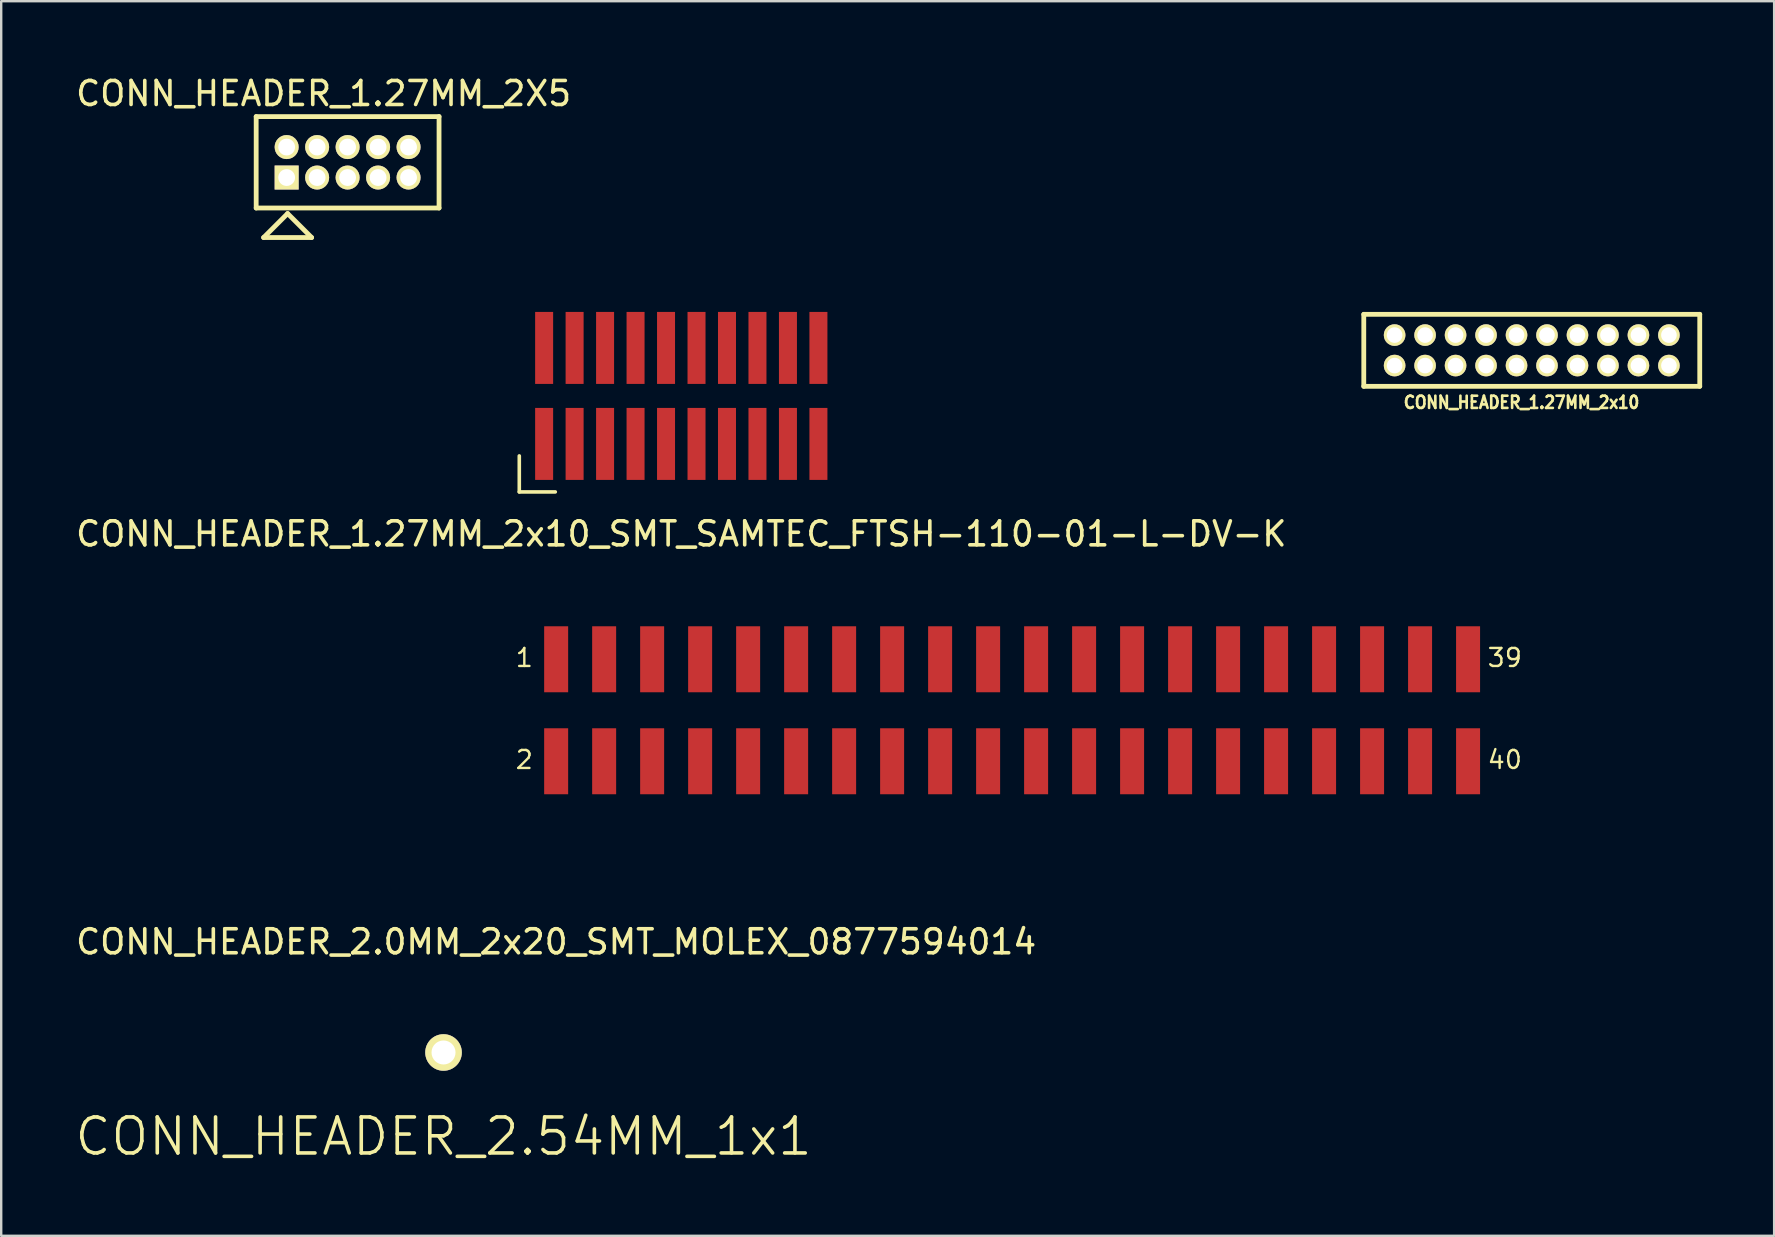
<source format=kicad_pcb>
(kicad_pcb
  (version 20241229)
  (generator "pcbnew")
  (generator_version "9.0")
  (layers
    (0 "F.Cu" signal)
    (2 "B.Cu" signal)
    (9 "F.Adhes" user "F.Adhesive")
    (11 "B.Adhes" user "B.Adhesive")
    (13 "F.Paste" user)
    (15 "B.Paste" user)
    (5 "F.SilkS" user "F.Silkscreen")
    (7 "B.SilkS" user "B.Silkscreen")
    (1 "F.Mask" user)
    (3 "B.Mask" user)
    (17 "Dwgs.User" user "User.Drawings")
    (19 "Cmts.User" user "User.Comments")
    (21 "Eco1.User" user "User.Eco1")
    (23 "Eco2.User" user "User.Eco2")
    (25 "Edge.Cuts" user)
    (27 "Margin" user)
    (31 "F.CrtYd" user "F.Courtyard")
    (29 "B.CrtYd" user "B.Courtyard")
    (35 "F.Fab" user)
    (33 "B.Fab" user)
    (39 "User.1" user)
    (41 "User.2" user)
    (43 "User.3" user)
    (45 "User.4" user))
  (footprint "CONN_HEADER_2.0MM_2x20_SMT_MOLEX_0877594014"
    (layer "F.Cu")
    (at 39.125 26.547)
    (property "Reference" "CONN_HEADER_2.0MM_2x20_SMT_MOLEX_0877594014" (at -19 9.65 0) (unlocked yes) (layer "F.SilkS") (effects (font (size 1 1) (thickness 0.15))))
    (attr smd)
    (fp_text user "1" (at -20.75 -1.75 0) (unlocked yes) (layer "F.SilkS") (effects (font (size 0.75 0.75) (thickness 0.1)) (justify left bottom)))
    (fp_text user "40" (at 19.75 2.5 0) (unlocked yes) (layer "F.SilkS") (effects (font (size 0.75 0.75) (thickness 0.1)) (justify left bottom)))
    (fp_text user "2" (at -20.75 2.5 0) (unlocked yes) (layer "F.SilkS") (effects (font (size 0.75 0.75) (thickness 0.1)) (justify left bottom)))
    (fp_text user "39" (at 19.75 -1.75 0) (unlocked yes) (layer "F.SilkS") (effects (font (size 0.75 0.75) (thickness 0.1)) (justify left bottom)))
    (pad "1" smd rect (at -19 -2.125) (size 1 2.75) (layers "F.Cu" "F.Mask" "F.Paste"))
    (pad "2" smd rect (at -19 2.125) (size 1 2.75) (layers "F.Cu" "F.Mask" "F.Paste"))
    (pad "3" smd rect (at -17 -2.125) (size 1 2.75) (layers "F.Cu" "F.Mask" "F.Paste"))
    (pad "4" smd rect (at -17 2.125) (size 1 2.75) (layers "F.Cu" "F.Mask" "F.Paste"))
    (pad "5" smd rect (at -15 -2.125) (size 1 2.75) (layers "F.Cu" "F.Mask" "F.Paste"))
    (pad "6" smd rect (at -15 2.125) (size 1 2.75) (layers "F.Cu" "F.Mask" "F.Paste"))
    (pad "7" smd rect (at -13 -2.125) (size 1 2.75) (layers "F.Cu" "F.Mask" "F.Paste"))
    (pad "8" smd rect (at -13 2.125) (size 1 2.75) (layers "F.Cu" "F.Mask" "F.Paste"))
    (pad "9" smd rect (at -11 -2.125) (size 1 2.75) (layers "F.Cu" "F.Mask" "F.Paste"))
    (pad "10" smd rect (at -11 2.125) (size 1 2.75) (layers "F.Cu" "F.Mask" "F.Paste"))
    (pad "11" smd rect (at -9 -2.125) (size 1 2.75) (layers "F.Cu" "F.Mask" "F.Paste"))
    (pad "12" smd rect (at -9 2.125) (size 1 2.75) (layers "F.Cu" "F.Mask" "F.Paste"))
    (pad "13" smd rect (at -7 -2.125) (size 1 2.75) (layers "F.Cu" "F.Mask" "F.Paste"))
    (pad "14" smd rect (at -7 2.125) (size 1 2.75) (layers "F.Cu" "F.Mask" "F.Paste"))
    (pad "15" smd rect (at -5 -2.125) (size 1 2.75) (layers "F.Cu" "F.Mask" "F.Paste"))
    (pad "16" smd rect (at -5 2.125) (size 1 2.75) (layers "F.Cu" "F.Mask" "F.Paste"))
    (pad "17" smd rect (at -3 -2.125) (size 1 2.75) (layers "F.Cu" "F.Mask" "F.Paste"))
    (pad "18" smd rect (at -3 2.125) (size 1 2.75) (layers "F.Cu" "F.Mask" "F.Paste"))
    (pad "19" smd rect (at -1 -2.125) (size 1 2.75) (layers "F.Cu" "F.Mask" "F.Paste"))
    (pad "20" smd rect (at -1 2.125) (size 1 2.75) (layers "F.Cu" "F.Mask" "F.Paste"))
    (pad "21" smd rect (at 1 -2.125) (size 1 2.75) (layers "F.Cu" "F.Mask" "F.Paste"))
    (pad "22" smd rect (at 1 2.125) (size 1 2.75) (layers "F.Cu" "F.Mask" "F.Paste"))
    (pad "23" smd rect (at 3 -2.125) (size 1 2.75) (layers "F.Cu" "F.Mask" "F.Paste"))
    (pad "24" smd rect (at 3 2.125) (size 1 2.75) (layers "F.Cu" "F.Mask" "F.Paste"))
    (pad "25" smd rect (at 5 -2.125) (size 1 2.75) (layers "F.Cu" "F.Mask" "F.Paste"))
    (pad "26" smd rect (at 5 2.125) (size 1 2.75) (layers "F.Cu" "F.Mask" "F.Paste"))
    (pad "27" smd rect (at 7 -2.125) (size 1 2.75) (layers "F.Cu" "F.Mask" "F.Paste"))
    (pad "28" smd rect (at 7 2.125) (size 1 2.75) (layers "F.Cu" "F.Mask" "F.Paste"))
    (pad "29" smd rect (at 9 -2.125) (size 1 2.75) (layers "F.Cu" "F.Mask" "F.Paste"))
    (pad "30" smd rect (at 9 2.125) (size 1 2.75) (layers "F.Cu" "F.Mask" "F.Paste"))
    (pad "31" smd rect (at 11 -2.125) (size 1 2.75) (layers "F.Cu" "F.Mask" "F.Paste"))
    (pad "32" smd rect (at 11 2.125) (size 1 2.75) (layers "F.Cu" "F.Mask" "F.Paste"))
    (pad "33" smd rect (at 13 -2.125) (size 1 2.75) (layers "F.Cu" "F.Mask" "F.Paste"))
    (pad "34" smd rect (at 13 2.125) (size 1 2.75) (layers "F.Cu" "F.Mask" "F.Paste"))
    (pad "35" smd rect (at 15 -2.125) (size 1 2.75) (layers "F.Cu" "F.Mask" "F.Paste"))
    (pad "36" smd rect (at 15 2.125) (size 1 2.75) (layers "F.Cu" "F.Mask" "F.Paste"))
    (pad "37" smd rect (at 17 -2.125) (size 1 2.75) (layers "F.Cu" "F.Mask" "F.Paste"))
    (pad "38" smd rect (at 17 2.125) (size 1 2.75) (layers "F.Cu" "F.Mask" "F.Paste"))
    (pad "39" smd rect (at 19 -2.125) (size 1 2.75) (layers "F.Cu" "F.Mask" "F.Paste"))
    (pad "40" smd rect (at 19 2.125) (size 1 2.75) (layers "F.Cu" "F.Mask" "F.Paste")))
  (footprint "CONN_HEADER_1.27MM_2X5"
    (layer "F.Cu")
    (at 11.435 3.713)
    (property "Reference" "CONN_HEADER_1.27MM_2X5" (at -1 -2.865 0) (layer "F.SilkS") (effects (font (size 1 1) (thickness 0.15))))
    (attr through_hole)
    (fp_line (start -3.81 -1.905) (end -3.81 1.905) (stroke (width 0.2) (type solid)) (layer "F.SilkS"))
    (fp_line (start -3.81 1.905) (end 3.81 1.905) (stroke (width 0.2) (type solid)) (layer "F.SilkS"))
    (fp_line (start -3.5 3.135) (end -1.5 3.135) (stroke (width 0.2) (type solid)) (layer "F.SilkS"))
    (fp_line (start -2.5 2.135) (end -3.5 3.135) (stroke (width 0.2) (type solid)) (layer "F.SilkS"))
    (fp_line (start -1.5 3.135) (end -2.5 2.135) (stroke (width 0.2) (type solid)) (layer "F.SilkS"))
    (fp_line (start 3.81 -1.905) (end -3.81 -1.905) (stroke (width 0.2) (type solid)) (layer "F.SilkS"))
    (fp_line (start 3.81 1.905) (end 3.81 -1.905) (stroke (width 0.2) (type solid)) (layer "F.SilkS"))
    (pad "1" thru_hole rect (at -2.54 0.635) (size 1 1) (drill 0.7) (layers "*.Cu" "*.Mask" "F.SilkS"))
    (pad "2" thru_hole circle (at -2.54 -0.635) (size 1 1) (drill 0.7) (layers "*.Cu" "*.Mask" "F.SilkS"))
    (pad "3" thru_hole circle (at -1.27 0.635) (size 1 1) (drill 0.7) (layers "*.Cu" "*.Mask" "F.SilkS"))
    (pad "4" thru_hole circle (at -1.27 -0.635) (size 1 1) (drill 0.7) (layers "*.Cu" "*.Mask" "F.SilkS"))
    (pad "5" thru_hole circle (at 0 0.635) (size 1 1) (drill 0.7) (layers "*.Cu" "*.Mask" "F.SilkS"))
    (pad "6" thru_hole circle (at 0 -0.635) (size 1 1) (drill 0.7) (layers "*.Cu" "*.Mask" "F.SilkS"))
    (pad "7" thru_hole circle (at 1.27 0.635) (size 1 1) (drill 0.7) (layers "*.Cu" "*.Mask" "F.SilkS"))
    (pad "8" thru_hole circle (at 1.27 -0.635) (size 1 1) (drill 0.7) (layers "*.Cu" "*.Mask" "F.SilkS"))
    (pad "9" thru_hole circle (at 2.54 0.635) (size 1 1) (drill 0.7) (layers "*.Cu" "*.Mask" "F.SilkS"))
    (pad "10" thru_hole circle (at 2.54 -0.635) (size 1 1) (drill 0.7) (layers "*.Cu" "*.Mask" "F.SilkS")))
  (footprint "CONN_HEADER_1.27MM_2x10_SMT_SAMTEC_FTSH-110-01-L-DV-K"
    (layer "F.Cu")
    (at 25.339 13.448)
    (property "Reference" "CONN_HEADER_1.27MM_2x10_SMT_SAMTEC_FTSH-110-01-L-DV-K" (at 0 5.75 0) (unlocked yes) (layer "F.SilkS") (effects (font (size 1 1) (thickness 0.15))))
    (attr smd)
    (fp_line (start -6.75 2.5) (end -6.75 4) (stroke (width 0.15) (type default)) (layer "F.SilkS"))
    (fp_line (start -6.75 4) (end -5.25 4) (stroke (width 0.15) (type default)) (layer "F.SilkS"))
    (pad "1" smd rect (at -5.715 2) (size 0.75 3) (layers "F.Cu" "F.Mask" "F.Paste"))
    (pad "2" smd rect (at -5.715 -2) (size 0.75 3) (layers "F.Cu" "F.Mask" "F.Paste"))
    (pad "3" smd rect (at -4.445 2) (size 0.75 3) (layers "F.Cu" "F.Mask" "F.Paste"))
    (pad "4" smd rect (at -4.445 -2) (size 0.75 3) (layers "F.Cu" "F.Mask" "F.Paste"))
    (pad "5" smd rect (at -3.175 2) (size 0.75 3) (layers "F.Cu" "F.Mask" "F.Paste"))
    (pad "6" smd rect (at -3.175 -2) (size 0.75 3) (layers "F.Cu" "F.Mask" "F.Paste"))
    (pad "7" smd rect (at -1.905 2) (size 0.75 3) (layers "F.Cu" "F.Mask" "F.Paste"))
    (pad "8" smd rect (at -1.905 -2) (size 0.75 3) (layers "F.Cu" "F.Mask" "F.Paste"))
    (pad "9" smd rect (at -0.635 2) (size 0.75 3) (layers "F.Cu" "F.Mask" "F.Paste"))
    (pad "10" smd rect (at -0.635 -2) (size 0.75 3) (layers "F.Cu" "F.Mask" "F.Paste"))
    (pad "11" smd rect (at 0.635 2) (size 0.75 3) (layers "F.Cu" "F.Mask" "F.Paste"))
    (pad "12" smd rect (at 0.635 -2) (size 0.75 3) (layers "F.Cu" "F.Mask" "F.Paste"))
    (pad "13" smd rect (at 1.905 2) (size 0.75 3) (layers "F.Cu" "F.Mask" "F.Paste"))
    (pad "14" smd rect (at 1.905 -2) (size 0.75 3) (layers "F.Cu" "F.Mask" "F.Paste"))
    (pad "15" smd rect (at 3.175 2) (size 0.75 3) (layers "F.Cu" "F.Mask" "F.Paste"))
    (pad "16" smd rect (at 3.175 -2) (size 0.75 3) (layers "F.Cu" "F.Mask" "F.Paste"))
    (pad "17" smd rect (at 4.445 2) (size 0.75 3) (layers "F.Cu" "F.Mask" "F.Paste"))
    (pad "18" smd rect (at 4.445 -2) (size 0.75 3) (layers "F.Cu" "F.Mask" "F.Paste"))
    (pad "19" smd rect (at 5.715 2) (size 0.75 3) (layers "F.Cu" "F.Mask" "F.Paste"))
    (pad "20" smd rect (at 5.715 -2) (size 0.75 3) (layers "F.Cu" "F.Mask" "F.Paste")))
  (footprint "CONN_HEADER_1.27MM_2x10"
    (layer "F.Cu")
    (at 60.779 11.548)
    (property "Reference" "CONN_HEADER_1.27MM_2x10" (at -0.427 2.17 0) (layer "F.SilkS") (effects (font (size 0.508 0.457) (thickness 0.11))))
    (attr through_hole)
    (fp_line (start -7 -1.5) (end -7 1.5) (stroke (width 0.2) (type solid)) (layer "F.SilkS"))
    (fp_line (start -7 1.5) (end 7 1.5) (stroke (width 0.2) (type solid)) (layer "F.SilkS"))
    (fp_line (start 7 -1.5) (end -7 -1.5) (stroke (width 0.2) (type solid)) (layer "F.SilkS"))
    (fp_line (start 7 1.5) (end 7 -1.5) (stroke (width 0.2) (type solid)) (layer "F.SilkS"))
    (pad "1" thru_hole circle (at -5.715 -0.635) (size 0.9 0.9) (drill 0.65) (layers "*.Cu" "*.Mask" "F.SilkS"))
    (pad "2" thru_hole circle (at -5.715 0.635) (size 0.9 0.9) (drill 0.65) (layers "*.Cu" "*.Mask" "F.SilkS"))
    (pad "3" thru_hole circle (at -4.445 -0.635) (size 0.9 0.9) (drill 0.65) (layers "*.Cu" "*.Mask" "F.SilkS"))
    (pad "4" thru_hole circle (at -4.445 0.635) (size 0.9 0.9) (drill 0.65) (layers "*.Cu" "*.Mask" "F.SilkS"))
    (pad "5" thru_hole circle (at -3.175 -0.635) (size 0.9 0.9) (drill 0.65) (layers "*.Cu" "*.Mask" "F.SilkS"))
    (pad "6" thru_hole circle (at -3.175 0.635) (size 0.9 0.9) (drill 0.65) (layers "*.Cu" "*.Mask" "F.SilkS"))
    (pad "7" thru_hole circle (at -1.905 -0.635) (size 0.9 0.9) (drill 0.65) (layers "*.Cu" "*.Mask" "F.SilkS"))
    (pad "8" thru_hole circle (at -1.905 0.635) (size 0.9 0.9) (drill 0.65) (layers "*.Cu" "*.Mask" "F.SilkS"))
    (pad "9" thru_hole circle (at -0.635 -0.635) (size 0.9 0.9) (drill 0.65) (layers "*.Cu" "*.Mask" "F.SilkS"))
    (pad "10" thru_hole circle (at -0.635 0.635) (size 0.9 0.9) (drill 0.65) (layers "*.Cu" "*.Mask" "F.SilkS"))
    (pad "11" thru_hole circle (at 0.635 -0.635) (size 0.9 0.9) (drill 0.65) (layers "*.Cu" "*.Mask" "F.SilkS"))
    (pad "12" thru_hole circle (at 0.635 0.635) (size 0.9 0.9) (drill 0.65) (layers "*.Cu" "*.Mask" "F.SilkS"))
    (pad "13" thru_hole circle (at 1.905 -0.635) (size 0.9 0.9) (drill 0.65) (layers "*.Cu" "*.Mask" "F.SilkS"))
    (pad "14" thru_hole circle (at 1.905 0.635) (size 0.9 0.9) (drill 0.65) (layers "*.Cu" "*.Mask" "F.SilkS"))
    (pad "15" thru_hole circle (at 3.175 -0.635) (size 0.9 0.9) (drill 0.65) (layers "*.Cu" "*.Mask" "F.SilkS"))
    (pad "16" thru_hole circle (at 3.175 0.635) (size 0.9 0.9) (drill 0.65) (layers "*.Cu" "*.Mask" "F.SilkS"))
    (pad "17" thru_hole circle (at 4.445 -0.635) (size 0.9 0.9) (drill 0.65) (layers "*.Cu" "*.Mask" "F.SilkS"))
    (pad "18" thru_hole circle (at 4.445 0.635) (size 0.9 0.9) (drill 0.65) (layers "*.Cu" "*.Mask" "F.SilkS"))
    (pad "19" thru_hole circle (at 5.715 -0.635) (size 0.9 0.9) (drill 0.65) (layers "*.Cu" "*.Mask" "F.SilkS"))
    (pad "20" thru_hole circle (at 5.715 0.635) (size 0.9 0.9) (drill 0.65) (layers "*.Cu" "*.Mask" "F.SilkS")))
  (footprint "CONN_HEADER_2.54MM_1x1"
    (layer "F.Cu")
    (at 15.432 40.807)
    (property "Reference" "CONN_HEADER_2.54MM_1x1" (at 0 3.5 0) (layer "F.SilkS") (effects (font (size 1.5 1.5) (thickness 0.15))))
    (attr through_hole)
    (pad "1" thru_hole circle (at 0 0) (size 1.524 1.524) (drill 1) (layers "*.Cu" "*.Mask" "F.SilkS")))
  (gr_rect
    (start -3 -3)
    (end 70.879 48.447)
    (stroke (width 0.1) (type default))
    (fill no)
    (layer "Edge.Cuts")))
</source>
